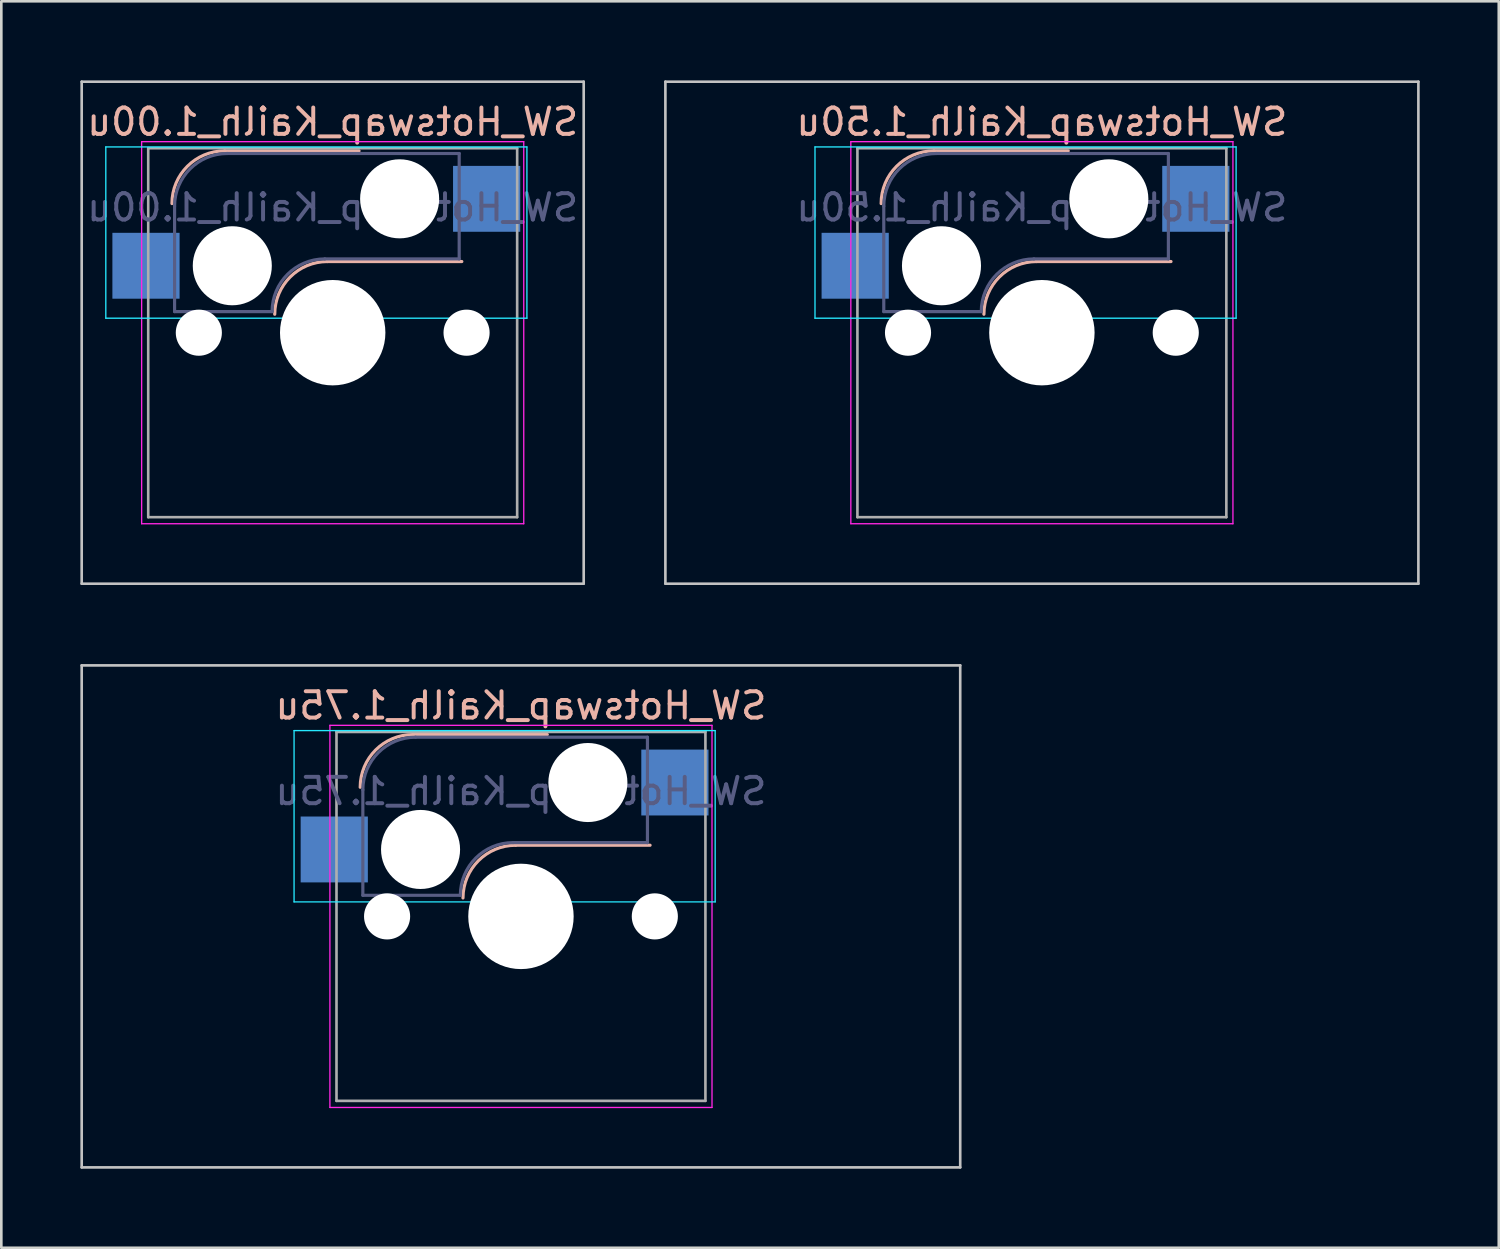
<source format=kicad_pcb>
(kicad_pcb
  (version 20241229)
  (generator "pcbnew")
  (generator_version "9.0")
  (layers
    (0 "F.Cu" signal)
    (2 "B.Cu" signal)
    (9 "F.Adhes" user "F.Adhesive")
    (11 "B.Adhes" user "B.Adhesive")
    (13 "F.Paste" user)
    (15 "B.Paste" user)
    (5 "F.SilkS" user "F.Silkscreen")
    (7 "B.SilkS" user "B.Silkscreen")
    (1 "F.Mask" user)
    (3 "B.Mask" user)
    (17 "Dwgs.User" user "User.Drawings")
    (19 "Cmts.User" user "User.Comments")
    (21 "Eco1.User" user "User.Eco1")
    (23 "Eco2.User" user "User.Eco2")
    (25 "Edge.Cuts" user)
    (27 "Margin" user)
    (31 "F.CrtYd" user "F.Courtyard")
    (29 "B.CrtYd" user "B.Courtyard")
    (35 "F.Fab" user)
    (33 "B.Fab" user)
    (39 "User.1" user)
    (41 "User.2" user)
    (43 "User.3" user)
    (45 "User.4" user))
  (footprint "SW_Hotswap_Kailh_1.50u"
    (layer "F.Cu")
    (at 36.487 9.575)
    (property "Reference" "SW_Hotswap_Kailh_1.50u" (at 0 -8 0) (layer "B.SilkS") (effects (font (size 1 1) (thickness 0.15)) (justify mirror)))
    (attr smd)
    (fp_line (start -4.1 -6.9) (end 1 -6.9) (stroke (width 0.12) (type solid)) (layer "B.SilkS"))
    (fp_line (start -0.2 -2.7) (end 4.9 -2.7) (stroke (width 0.12) (type solid)) (layer "B.SilkS"))
    (fp_arc (start -6.1 -4.9) (mid -5.514214 -6.314214) (end -4.1 -6.9) (stroke (width 0.12) (type solid)) (layer "B.SilkS"))
    (fp_arc (start -2.2 -0.7) (mid -1.614214 -2.114214) (end -0.2 -2.7) (stroke (width 0.12) (type solid)) (layer "B.SilkS"))
    (fp_line (start -14.287 -9.525) (end -14.287 9.525) (stroke (width 0.1) (type solid)) (layer "Dwgs.User"))
    (fp_line (start -14.287 9.525) (end 14.287 9.525) (stroke (width 0.1) (type solid)) (layer "Dwgs.User"))
    (fp_line (start 14.287 -9.525) (end -14.287 -9.525) (stroke (width 0.1) (type solid)) (layer "Dwgs.User"))
    (fp_line (start 14.287 9.525) (end 14.287 -9.525) (stroke (width 0.1) (type solid)) (layer "Dwgs.User"))
    (fp_line (start -8.61 -7.05) (end -8.61 -0.55) (stroke (width 0.05) (type solid)) (layer "B.CrtYd"))
    (fp_line (start -8.61 -0.55) (end 7.37 -0.55) (stroke (width 0.05) (type solid)) (layer "B.CrtYd"))
    (fp_line (start 7.37 -7.05) (end -8.61 -7.05) (stroke (width 0.05) (type solid)) (layer "B.CrtYd"))
    (fp_line (start 7.37 -0.55) (end 7.37 -7.05) (stroke (width 0.05) (type solid)) (layer "B.CrtYd"))
    (fp_line (start -7.25 -7.25) (end -7.25 7.25) (stroke (width 0.05) (type solid)) (layer "F.CrtYd"))
    (fp_line (start -7.25 7.25) (end 7.25 7.25) (stroke (width 0.05) (type solid)) (layer "F.CrtYd"))
    (fp_line (start 7.25 -7.25) (end -7.25 -7.25) (stroke (width 0.05) (type solid)) (layer "F.CrtYd"))
    (fp_line (start 7.25 7.25) (end 7.25 -7.25) (stroke (width 0.05) (type solid)) (layer "F.CrtYd"))
    (fp_line (start -6 -0.8) (end -6 -4.8) (stroke (width 0.12) (type solid)) (layer "B.Fab"))
    (fp_line (start -6 -0.8) (end -2.3 -0.8) (stroke (width 0.12) (type solid)) (layer "B.Fab"))
    (fp_line (start -4 -6.8) (end 4.8 -6.8) (stroke (width 0.12) (type solid)) (layer "B.Fab"))
    (fp_line (start -0.3 -2.8) (end 4.8 -2.8) (stroke (width 0.12) (type solid)) (layer "B.Fab"))
    (fp_line (start 4.8 -6.8) (end 4.8 -2.8) (stroke (width 0.12) (type solid)) (layer "B.Fab"))
    (fp_arc (start -6 -4.8) (mid -5.414214 -6.214214) (end -4 -6.8) (stroke (width 0.12) (type solid)) (layer "B.Fab"))
    (fp_arc (start -2.3 -0.8) (mid -1.714214 -2.214214) (end -0.3 -2.8) (stroke (width 0.12) (type solid)) (layer "B.Fab"))
    (fp_line (start -7 -7) (end -7 7) (stroke (width 0.1) (type solid)) (layer "F.Fab"))
    (fp_line (start -7 7) (end 7 7) (stroke (width 0.1) (type solid)) (layer "F.Fab"))
    (fp_line (start 7 -7) (end -7 -7) (stroke (width 0.1) (type solid)) (layer "F.Fab"))
    (fp_line (start 7 7) (end 7 -7) (stroke (width 0.1) (type solid)) (layer "F.Fab"))
    (fp_text user "${REFERENCE}" (at 0 -4.75 0) (layer "B.Fab") (effects (font (size 1 1) (thickness 0.15)) (justify mirror)))
    (pad "" np_thru_hole circle (at -5.08 0) (size 1.75 1.75) (drill 1.75) (layers "*.Cu" "*.Mask"))
    (pad "" np_thru_hole circle (at -3.81 -2.54) (size 3 3) (drill 3) (layers "*.Cu" "*.Mask"))
    (pad "" np_thru_hole circle (at 0 0) (size 4 4) (drill 4) (layers "*.Cu" "*.Mask"))
    (pad "" np_thru_hole circle (at 2.54 -5.08) (size 3 3) (drill 3) (layers "*.Cu" "*.Mask"))
    (pad "" np_thru_hole circle (at 5.08 0) (size 1.75 1.75) (drill 1.75) (layers "*.Cu" "*.Mask"))
    (pad "1" smd rect (at -7.085 -2.54) (size 2.55 2.5) (layers "B.Cu" "B.Mask" "B.Paste"))
    (pad "2" smd rect (at 5.842 -5.08) (size 2.55 2.5) (layers "B.Cu" "B.Mask" "B.Paste")))
  (footprint "SW_Hotswap_Kailh_1.75u"
    (layer "F.Cu")
    (at 16.719 31.725)
    (property "Reference" "SW_Hotswap_Kailh_1.75u" (at 0 -8 0) (layer "B.SilkS") (effects (font (size 1 1) (thickness 0.15)) (justify mirror)))
    (attr smd)
    (fp_line (start -4.1 -6.9) (end 1 -6.9) (stroke (width 0.12) (type solid)) (layer "B.SilkS"))
    (fp_line (start -0.2 -2.7) (end 4.9 -2.7) (stroke (width 0.12) (type solid)) (layer "B.SilkS"))
    (fp_arc (start -6.1 -4.9) (mid -5.514214 -6.314214) (end -4.1 -6.9) (stroke (width 0.12) (type solid)) (layer "B.SilkS"))
    (fp_arc (start -2.2 -0.7) (mid -1.614214 -2.114214) (end -0.2 -2.7) (stroke (width 0.12) (type solid)) (layer "B.SilkS"))
    (fp_line (start -16.669 -9.525) (end -16.669 9.525) (stroke (width 0.1) (type solid)) (layer "Dwgs.User"))
    (fp_line (start -16.669 9.525) (end 16.669 9.525) (stroke (width 0.1) (type solid)) (layer "Dwgs.User"))
    (fp_line (start 16.669 -9.525) (end -16.669 -9.525) (stroke (width 0.1) (type solid)) (layer "Dwgs.User"))
    (fp_line (start 16.669 9.525) (end 16.669 -9.525) (stroke (width 0.1) (type solid)) (layer "Dwgs.User"))
    (fp_line (start -8.61 -7.05) (end -8.61 -0.55) (stroke (width 0.05) (type solid)) (layer "B.CrtYd"))
    (fp_line (start -8.61 -0.55) (end 7.37 -0.55) (stroke (width 0.05) (type solid)) (layer "B.CrtYd"))
    (fp_line (start 7.37 -7.05) (end -8.61 -7.05) (stroke (width 0.05) (type solid)) (layer "B.CrtYd"))
    (fp_line (start 7.37 -0.55) (end 7.37 -7.05) (stroke (width 0.05) (type solid)) (layer "B.CrtYd"))
    (fp_line (start -7.25 -7.25) (end -7.25 7.25) (stroke (width 0.05) (type solid)) (layer "F.CrtYd"))
    (fp_line (start -7.25 7.25) (end 7.25 7.25) (stroke (width 0.05) (type solid)) (layer "F.CrtYd"))
    (fp_line (start 7.25 -7.25) (end -7.25 -7.25) (stroke (width 0.05) (type solid)) (layer "F.CrtYd"))
    (fp_line (start 7.25 7.25) (end 7.25 -7.25) (stroke (width 0.05) (type solid)) (layer "F.CrtYd"))
    (fp_line (start -6 -0.8) (end -6 -4.8) (stroke (width 0.12) (type solid)) (layer "B.Fab"))
    (fp_line (start -6 -0.8) (end -2.3 -0.8) (stroke (width 0.12) (type solid)) (layer "B.Fab"))
    (fp_line (start -4 -6.8) (end 4.8 -6.8) (stroke (width 0.12) (type solid)) (layer "B.Fab"))
    (fp_line (start -0.3 -2.8) (end 4.8 -2.8) (stroke (width 0.12) (type solid)) (layer "B.Fab"))
    (fp_line (start 4.8 -6.8) (end 4.8 -2.8) (stroke (width 0.12) (type solid)) (layer "B.Fab"))
    (fp_arc (start -6 -4.8) (mid -5.414214 -6.214214) (end -4 -6.8) (stroke (width 0.12) (type solid)) (layer "B.Fab"))
    (fp_arc (start -2.3 -0.8) (mid -1.714214 -2.214214) (end -0.3 -2.8) (stroke (width 0.12) (type solid)) (layer "B.Fab"))
    (fp_line (start -7 -7) (end -7 7) (stroke (width 0.1) (type solid)) (layer "F.Fab"))
    (fp_line (start -7 7) (end 7 7) (stroke (width 0.1) (type solid)) (layer "F.Fab"))
    (fp_line (start 7 -7) (end -7 -7) (stroke (width 0.1) (type solid)) (layer "F.Fab"))
    (fp_line (start 7 7) (end 7 -7) (stroke (width 0.1) (type solid)) (layer "F.Fab"))
    (fp_text user "${REFERENCE}" (at 0 -4.75 0) (layer "B.Fab") (effects (font (size 1 1) (thickness 0.15)) (justify mirror)))
    (pad "" np_thru_hole circle (at -5.08 0) (size 1.75 1.75) (drill 1.75) (layers "*.Cu" "*.Mask"))
    (pad "" np_thru_hole circle (at -3.81 -2.54) (size 3 3) (drill 3) (layers "*.Cu" "*.Mask"))
    (pad "" np_thru_hole circle (at 0 0) (size 4 4) (drill 4) (layers "*.Cu" "*.Mask"))
    (pad "" np_thru_hole circle (at 2.54 -5.08) (size 3 3) (drill 3) (layers "*.Cu" "*.Mask"))
    (pad "" np_thru_hole circle (at 5.08 0) (size 1.75 1.75) (drill 1.75) (layers "*.Cu" "*.Mask"))
    (pad "1" smd rect (at -7.085 -2.54) (size 2.55 2.5) (layers "B.Cu" "B.Mask" "B.Paste"))
    (pad "2" smd rect (at 5.842 -5.08) (size 2.55 2.5) (layers "B.Cu" "B.Mask" "B.Paste")))
  (footprint "SW_Hotswap_Kailh_1.00u"
    (layer "F.Cu")
    (at 9.575 9.575)
    (property "Reference" "SW_Hotswap_Kailh_1.00u" (at 0 -8 0) (layer "B.SilkS") (effects (font (size 1 1) (thickness 0.15)) (justify mirror)))
    (attr smd)
    (fp_line (start -4.1 -6.9) (end 1 -6.9) (stroke (width 0.12) (type solid)) (layer "B.SilkS"))
    (fp_line (start -0.2 -2.7) (end 4.9 -2.7) (stroke (width 0.12) (type solid)) (layer "B.SilkS"))
    (fp_arc (start -6.1 -4.9) (mid -5.514214 -6.314214) (end -4.1 -6.9) (stroke (width 0.12) (type solid)) (layer "B.SilkS"))
    (fp_arc (start -2.2 -0.7) (mid -1.614214 -2.114214) (end -0.2 -2.7) (stroke (width 0.12) (type solid)) (layer "B.SilkS"))
    (fp_line (start -9.525 -9.525) (end -9.525 9.525) (stroke (width 0.1) (type solid)) (layer "Dwgs.User"))
    (fp_line (start -9.525 9.525) (end 9.525 9.525) (stroke (width 0.1) (type solid)) (layer "Dwgs.User"))
    (fp_line (start 9.525 -9.525) (end -9.525 -9.525) (stroke (width 0.1) (type solid)) (layer "Dwgs.User"))
    (fp_line (start 9.525 9.525) (end 9.525 -9.525) (stroke (width 0.1) (type solid)) (layer "Dwgs.User"))
    (fp_line (start -8.61 -7.05) (end -8.61 -0.55) (stroke (width 0.05) (type solid)) (layer "B.CrtYd"))
    (fp_line (start -8.61 -0.55) (end 7.37 -0.55) (stroke (width 0.05) (type solid)) (layer "B.CrtYd"))
    (fp_line (start 7.37 -7.05) (end -8.61 -7.05) (stroke (width 0.05) (type solid)) (layer "B.CrtYd"))
    (fp_line (start 7.37 -0.55) (end 7.37 -7.05) (stroke (width 0.05) (type solid)) (layer "B.CrtYd"))
    (fp_line (start -7.25 -7.25) (end -7.25 7.25) (stroke (width 0.05) (type solid)) (layer "F.CrtYd"))
    (fp_line (start -7.25 7.25) (end 7.25 7.25) (stroke (width 0.05) (type solid)) (layer "F.CrtYd"))
    (fp_line (start 7.25 -7.25) (end -7.25 -7.25) (stroke (width 0.05) (type solid)) (layer "F.CrtYd"))
    (fp_line (start 7.25 7.25) (end 7.25 -7.25) (stroke (width 0.05) (type solid)) (layer "F.CrtYd"))
    (fp_line (start -6 -0.8) (end -6 -4.8) (stroke (width 0.12) (type solid)) (layer "B.Fab"))
    (fp_line (start -6 -0.8) (end -2.3 -0.8) (stroke (width 0.12) (type solid)) (layer "B.Fab"))
    (fp_line (start -4 -6.8) (end 4.8 -6.8) (stroke (width 0.12) (type solid)) (layer "B.Fab"))
    (fp_line (start -0.3 -2.8) (end 4.8 -2.8) (stroke (width 0.12) (type solid)) (layer "B.Fab"))
    (fp_line (start 4.8 -6.8) (end 4.8 -2.8) (stroke (width 0.12) (type solid)) (layer "B.Fab"))
    (fp_arc (start -6 -4.8) (mid -5.414214 -6.214214) (end -4 -6.8) (stroke (width 0.12) (type solid)) (layer "B.Fab"))
    (fp_arc (start -2.3 -0.8) (mid -1.714214 -2.214214) (end -0.3 -2.8) (stroke (width 0.12) (type solid)) (layer "B.Fab"))
    (fp_line (start -7 -7) (end -7 7) (stroke (width 0.1) (type solid)) (layer "F.Fab"))
    (fp_line (start -7 7) (end 7 7) (stroke (width 0.1) (type solid)) (layer "F.Fab"))
    (fp_line (start 7 -7) (end -7 -7) (stroke (width 0.1) (type solid)) (layer "F.Fab"))
    (fp_line (start 7 7) (end 7 -7) (stroke (width 0.1) (type solid)) (layer "F.Fab"))
    (fp_text user "${REFERENCE}" (at 0 -4.75 0) (layer "B.Fab") (effects (font (size 1 1) (thickness 0.15)) (justify mirror)))
    (pad "" np_thru_hole circle (at -5.08 0) (size 1.75 1.75) (drill 1.75) (layers "*.Cu" "*.Mask"))
    (pad "" np_thru_hole circle (at -3.81 -2.54) (size 3 3) (drill 3) (layers "*.Cu" "*.Mask"))
    (pad "" np_thru_hole circle (at 0 0) (size 4 4) (drill 4) (layers "*.Cu" "*.Mask"))
    (pad "" np_thru_hole circle (at 2.54 -5.08) (size 3 3) (drill 3) (layers "*.Cu" "*.Mask"))
    (pad "" np_thru_hole circle (at 5.08 0) (size 1.75 1.75) (drill 1.75) (layers "*.Cu" "*.Mask"))
    (pad "1" smd rect (at -7.085 -2.54) (size 2.55 2.5) (layers "B.Cu" "B.Mask" "B.Paste"))
    (pad "2" smd rect (at 5.842 -5.08) (size 2.55 2.5) (layers "B.Cu" "B.Mask" "B.Paste")))
  (gr_rect
    (start -3 -3)
    (end 53.825 44.3)
    (stroke (width 0.1) (type default))
    (fill no)
    (layer "Edge.Cuts")))
</source>
